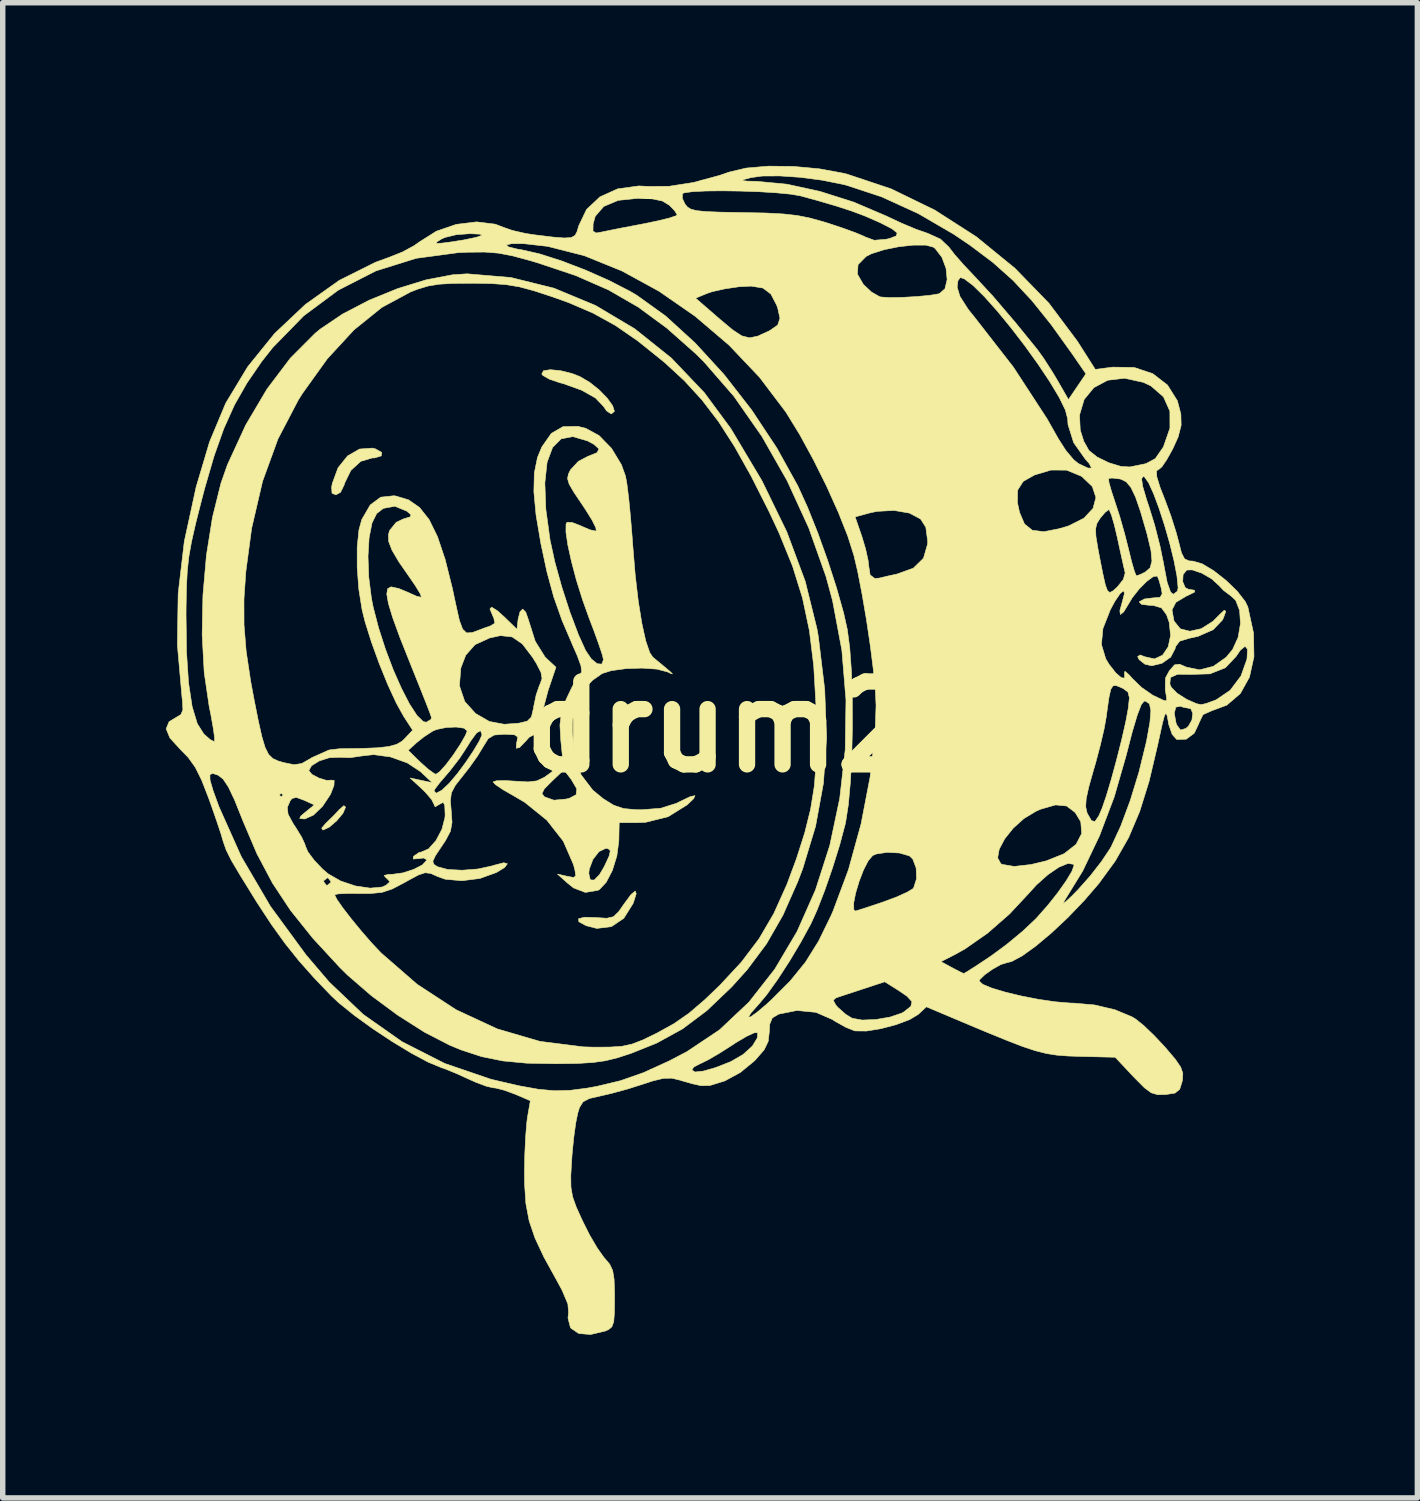
<source format=kicad_pcb>
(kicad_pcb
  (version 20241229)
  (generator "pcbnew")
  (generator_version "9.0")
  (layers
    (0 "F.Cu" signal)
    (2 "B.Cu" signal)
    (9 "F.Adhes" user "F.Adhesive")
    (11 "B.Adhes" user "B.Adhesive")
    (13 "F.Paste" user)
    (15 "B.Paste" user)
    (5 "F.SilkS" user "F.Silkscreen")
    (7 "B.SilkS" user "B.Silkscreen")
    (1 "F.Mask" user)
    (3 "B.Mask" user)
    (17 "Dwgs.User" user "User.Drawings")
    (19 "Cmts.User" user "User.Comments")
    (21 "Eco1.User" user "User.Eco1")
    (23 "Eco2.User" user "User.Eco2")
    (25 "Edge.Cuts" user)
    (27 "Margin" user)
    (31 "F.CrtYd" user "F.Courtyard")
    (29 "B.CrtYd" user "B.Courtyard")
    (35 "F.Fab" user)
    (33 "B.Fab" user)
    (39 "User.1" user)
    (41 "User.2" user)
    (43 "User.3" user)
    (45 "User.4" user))
  (footprint "drum2"
    (layer "F.Cu")
    (at 10.215 10.316)
    (property "Reference" "drum2" (at 0 0 0) (layer "F.SilkS") (effects (font (size 1.524 1.524) (thickness 0.3))))
    (attr through_hole)
    (fp_poly (pts (xy -6.91 1.476) (xy -6.958 1.588) (xy -7.074 1.727) (xy -7.212 1.845) (xy -7.325 1.897) (xy -7.327 1.897) (xy -7.35 1.862) (xy -7.279 1.778) (xy -7.124 1.627) (xy -7.029 1.524) (xy -6.941 1.448) (xy -6.91 1.476)) (stroke (width 0.01) (type solid)) (fill yes) (layer "F.SilkS"))
    (fp_poly (pts (xy -1.566 3.066) (xy -1.615 3.225) (xy -1.626 3.251) (xy -1.794 3.519) (xy -2.022 3.673) (xy -2.292 3.706) (xy -2.489 3.655) (xy -2.621 3.583) (xy -2.627 3.528) (xy -2.517 3.5) (xy -2.309 3.506) (xy -2.108 3.519) (xy -1.985 3.491) (xy -1.887 3.396) (xy -1.791 3.258) (xy -1.662 3.083) (xy -1.584 3.019) (xy -1.566 3.066)) (stroke (width 0.01) (type solid)) (fill yes) (layer "F.SilkS"))
    (fp_poly (pts (xy -6.361 -5.112) (xy -6.246 -5.047) (xy -6.254 -4.983) (xy -6.377 -4.946) (xy -6.423 -4.945) (xy -6.633 -4.882) (xy -6.813 -4.716) (xy -6.929 -4.479) (xy -6.935 -4.453) (xy -7.003 -4.313) (xy -7.088 -4.267) (xy -7.16 -4.296) (xy -7.167 -4.406) (xy -7.155 -4.476) (xy -7.049 -4.764) (xy -6.874 -4.982) (xy -6.654 -5.109) (xy -6.416 -5.126) (xy -6.361 -5.112)) (stroke (width 0.01) (type solid)) (fill yes) (layer "F.SilkS"))
    (fp_poly (pts (xy -2.958 -6.55) (xy -2.744 -6.497) (xy -2.605 -6.443) (xy -2.422 -6.336) (xy -2.247 -6.196) (xy -2.1 -6.045) (xy -2 -5.906) (xy -1.967 -5.803) (xy -2.019 -5.758) (xy -2.03 -5.757) (xy -2.11 -5.81) (xy -2.167 -5.892) (xy -2.313 -6.046) (xy -2.568 -6.19) (xy -2.907 -6.312) (xy -2.976 -6.33) (xy -3.162 -6.393) (xy -3.282 -6.462) (xy -3.303 -6.489) (xy -3.271 -6.549) (xy -3.145 -6.568) (xy -2.958 -6.55)) (stroke (width 0.01) (type solid)) (fill yes) (layer "F.SilkS"))
    (fp_poly (pts (xy -2.496 -5.491) (xy -2.248 -5.356) (xy -2.02 -5.121) (xy -1.84 -4.824) (xy -1.763 -4.612) (xy -1.736 -4.46) (xy -1.704 -4.202) (xy -1.672 -3.871) (xy -1.641 -3.497) (xy -1.628 -3.319) (xy -1.584 -2.788) (xy -1.528 -2.31) (xy -1.462 -1.901) (xy -1.391 -1.581) (xy -1.317 -1.365) (xy -1.261 -1.282) (xy -1.055 -1.112) (xy -0.939 -1.014) (xy -0.9 -0.974) (xy -0.924 -0.979) (xy -0.995 -1.012) (xy -1.187 -1.062) (xy -1.458 -1.081) (xy -1.755 -1.071) (xy -2.025 -1.034) (xy -2.191 -0.982) (xy -2.367 -0.859) (xy -2.538 -0.679) (xy -2.574 -0.631) (xy -2.667 -0.47) (xy -2.718 -0.303) (xy -2.738 -0.082) (xy -2.739 0.102) (xy -2.699 0.538) (xy -2.579 0.882) (xy -2.366 1.162) (xy -2.173 1.321) (xy -1.979 1.441) (xy -1.798 1.502) (xy -1.567 1.523) (xy -1.467 1.524) (xy -1.115 1.496) (xy -0.826 1.405) (xy -0.762 1.373) (xy -0.569 1.281) (xy -0.485 1.264) (xy -0.512 1.322) (xy -0.627 1.432) (xy -0.978 1.651) (xy -1.391 1.754) (xy -1.547 1.761) (xy -1.879 1.761) (xy -1.886 2.1) (xy -1.922 2.372) (xy -2.004 2.638) (xy -2.118 2.858) (xy -2.244 2.992) (xy -2.272 3.006) (xy -2.502 3.044) (xy -2.717 2.962) (xy -2.824 2.877) (xy -3.014 2.707) (xy -2.832 2.748) (xy -2.716 2.769) (xy -2.677 2.736) (xy -2.683 2.696) (xy -2.438 2.696) (xy -2.411 2.813) (xy -2.339 2.817) (xy -2.239 2.714) (xy -2.154 2.569) (xy -2.065 2.378) (xy -2.042 2.277) (xy -2.083 2.239) (xy -2.13 2.235) (xy -2.251 2.294) (xy -2.362 2.437) (xy -2.43 2.617) (xy -2.438 2.696) (xy -2.683 2.696) (xy -2.696 2.62) (xy -2.721 2.529) (xy -2.907 2.102) (xy -3.21 1.715) (xy -3.616 1.387) (xy -3.81 1.273) (xy -3.892 1.226) (xy -3.299 1.226) (xy -3.258 1.282) (xy -3.251 1.287) (xy -3.08 1.348) (xy -2.854 1.327) (xy -2.794 1.312) (xy -2.671 1.247) (xy -2.659 1.139) (xy -2.759 0.969) (xy -2.77 0.954) (xy -2.896 0.791) (xy -3.124 1.006) (xy -3.258 1.143) (xy -3.299 1.226) (xy -3.892 1.226) (xy -4.009 1.159) (xy -4.15 1.065) (xy -4.199 1.013) (xy -4.138 0.991) (xy -3.979 0.987) (xy -3.795 0.998) (xy -3.555 1.012) (xy -3.394 0.993) (xy -3.257 0.928) (xy -3.15 0.851) (xy -2.91 0.668) (xy -2.953 0.247) (xy -2.969 -0.033) (xy -2.942 -0.253) (xy -2.862 -0.485) (xy -2.845 -0.526) (xy -2.746 -0.733) (xy -2.653 -0.893) (xy -2.606 -0.95) (xy -2.57 -1.013) (xy -2.582 -1.122) (xy -2.649 -1.306) (xy -2.724 -1.477) (xy -2.928 -1.953) (xy -3.083 -2.391) (xy -3.208 -2.85) (xy -3.318 -3.364) (xy -3.408 -3.896) (xy -3.448 -4.323) (xy -3.444 -4.486) (xy -3.246 -4.486) (xy -3.228 -4.002) (xy -3.151 -3.438) (xy -3.063 -3.034) (xy -2.936 -2.576) (xy -2.786 -2.113) (xy -2.628 -1.694) (xy -2.497 -1.405) (xy -2.392 -1.25) (xy -2.284 -1.162) (xy -2.199 -1.154) (xy -2.168 -1.236) (xy -2.191 -1.331) (xy -2.255 -1.522) (xy -2.348 -1.779) (xy -2.435 -2.007) (xy -2.557 -2.349) (xy -2.667 -2.702) (xy -2.757 -3.042) (xy -2.823 -3.342) (xy -2.858 -3.579) (xy -2.857 -3.728) (xy -2.839 -3.763) (xy -2.745 -3.759) (xy -2.593 -3.701) (xy -2.571 -3.69) (xy -2.414 -3.623) (xy -2.308 -3.601) (xy -2.301 -3.603) (xy -2.309 -3.663) (xy -2.381 -3.807) (xy -2.505 -4.006) (xy -2.558 -4.085) (xy -2.712 -4.314) (xy -2.799 -4.463) (xy -2.829 -4.566) (xy -2.812 -4.652) (xy -2.774 -4.728) (xy -2.63 -4.883) (xy -2.454 -4.975) (xy -2.287 -5.042) (xy -2.251 -5.112) (xy -2.345 -5.196) (xy -2.465 -5.26) (xy -2.733 -5.338) (xy -2.947 -5.296) (xy -3.104 -5.138) (xy -3.205 -4.866) (xy -3.246 -4.486) (xy -3.444 -4.486) (xy -3.44 -4.668) (xy -3.382 -4.953) (xy -3.302 -5.147) (xy -3.127 -5.397) (xy -2.912 -5.521) (xy -2.641 -5.526) (xy -2.496 -5.491)) (stroke (width 0.01) (type solid)) (fill yes) (layer "F.SilkS"))
    (fp_poly (pts (xy 1.325 -10.306) (xy 1.801 -10.262) (xy 2.253 -10.179) (xy 2.308 -10.165) (xy 3.122 -9.893) (xy 3.924 -9.503) (xy 4.69 -9.011) (xy 5.397 -8.434) (xy 6.024 -7.789) (xy 6.545 -7.093) (xy 6.57 -7.054) (xy 6.875 -6.574) (xy 7.198 -6.615) (xy 7.591 -6.609) (xy 7.932 -6.495) (xy 8.203 -6.286) (xy 8.385 -5.996) (xy 8.449 -5.751) (xy 8.454 -5.544) (xy 8.399 -5.331) (xy 8.299 -5.11) (xy 8.191 -4.916) (xy 8.1 -4.782) (xy 8.052 -4.741) (xy 8.002 -4.709) (xy 8.006 -4.6) (xy 8.068 -4.4) (xy 8.16 -4.166) (xy 8.266 -3.879) (xy 8.362 -3.576) (xy 8.408 -3.404) (xy 8.461 -3.197) (xy 8.517 -3.09) (xy 8.6 -3.052) (xy 8.673 -3.048) (xy 8.84 -2.999) (xy 9.054 -2.871) (xy 9.28 -2.693) (xy 9.485 -2.495) (xy 9.633 -2.304) (xy 9.681 -2.204) (xy 9.785 -1.725) (xy 9.793 -1.29) (xy 9.71 -0.914) (xy 9.542 -0.612) (xy 9.293 -0.399) (xy 9.015 -0.296) (xy 8.856 -0.225) (xy 8.782 -0.072) (xy 8.781 -0.064) (xy 8.695 0.117) (xy 8.548 0.226) (xy 8.38 0.233) (xy 8.37 0.229) (xy 8.289 0.138) (xy 8.227 -0.04) (xy 8.218 -0.092) (xy 8.196 -0.208) (xy 8.176 -0.251) (xy 8.328 -0.251) (xy 8.359 -0.078) (xy 8.372 -0.039) (xy 8.442 0.058) (xy 8.541 0.029) (xy 8.589 -0.014) (xy 8.652 -0.126) (xy 8.667 -0.251) (xy 8.632 -0.332) (xy 8.608 -0.339) (xy 8.494 -0.361) (xy 8.438 -0.38) (xy 8.356 -0.362) (xy 8.328 -0.251) (xy 8.176 -0.251) (xy 8.176 -0.252) (xy 8.149 -0.211) (xy 8.111 -0.07) (xy 8.055 0.183) (xy 8.021 0.339) (xy 7.865 1) (xy 7.692 1.555) (xy 7.489 2.034) (xy 7.243 2.466) (xy 6.94 2.881) (xy 6.674 3.19) (xy 6.373 3.504) (xy 6.069 3.789) (xy 5.782 4.03) (xy 5.531 4.211) (xy 5.336 4.315) (xy 5.252 4.335) (xy 5.139 4.37) (xy 4.987 4.455) (xy 4.842 4.558) (xy 4.751 4.647) (xy 4.741 4.673) (xy 4.804 4.733) (xy 4.972 4.803) (xy 5.218 4.877) (xy 5.514 4.948) (xy 5.83 5.01) (xy 6.138 5.055) (xy 6.411 5.078) (xy 6.485 5.08) (xy 6.862 5.113) (xy 7.236 5.201) (xy 7.549 5.331) (xy 7.62 5.374) (xy 7.766 5.492) (xy 7.958 5.676) (xy 8.157 5.888) (xy 8.17 5.903) (xy 8.347 6.112) (xy 8.446 6.256) (xy 8.485 6.371) (xy 8.478 6.49) (xy 8.473 6.519) (xy 8.427 6.665) (xy 8.341 6.734) (xy 8.167 6.761) (xy 8.021 6.763) (xy 7.903 6.728) (xy 7.777 6.634) (xy 7.605 6.461) (xy 7.574 6.429) (xy 7.242 6.075) (xy 6.606 6.06) (xy 6.369 6.052) (xy 6.166 6.036) (xy 5.974 6.006) (xy 5.77 5.954) (xy 5.53 5.874) (xy 5.231 5.758) (xy 4.849 5.602) (xy 4.475 5.445) (xy 3.769 5.147) (xy 3.62 5.287) (xy 3.459 5.384) (xy 3.212 5.476) (xy 2.931 5.55) (xy 2.665 5.593) (xy 2.464 5.591) (xy 2.447 5.588) (xy 2.288 5.524) (xy 2.093 5.415) (xy 2.041 5.381) (xy 1.738 5.249) (xy 1.389 5.215) (xy 1.054 5.282) (xy 0.937 5.351) (xy 0.888 5.469) (xy 0.881 5.607) (xy 0.861 5.783) (xy 0.787 5.937) (xy 0.632 6.117) (xy 0.603 6.146) (xy 0.348 6.355) (xy 0.063 6.51) (xy -0.21 6.594) (xy -0.373 6.598) (xy -0.527 6.564) (xy -0.728 6.507) (xy -0.755 6.498) (xy -0.91 6.46) (xy -1.062 6.462) (xy -1.257 6.509) (xy -1.432 6.566) (xy -1.725 6.659) (xy -2.03 6.742) (xy -2.217 6.785) (xy -2.427 6.833) (xy -2.543 6.894) (xy -2.608 6.996) (xy -2.641 7.102) (xy -2.678 7.284) (xy -2.715 7.553) (xy -2.745 7.859) (xy -2.752 7.959) (xy -2.769 8.255) (xy -2.766 8.466) (xy -2.736 8.641) (xy -2.669 8.829) (xy -2.557 9.076) (xy -2.423 9.343) (xy -2.281 9.585) (xy -2.16 9.755) (xy -2.143 9.774) (xy -2.052 9.883) (xy -1.999 9.997) (xy -1.973 10.156) (xy -1.965 10.397) (xy -1.964 10.504) (xy -1.967 10.774) (xy -1.98 10.94) (xy -2.014 11.032) (xy -2.076 11.084) (xy -2.138 11.11) (xy -2.404 11.173) (xy -2.623 11.155) (xy -2.766 11.058) (xy -2.778 11.038) (xy -2.821 10.87) (xy -2.81 10.766) (xy -2.823 10.612) (xy -2.928 10.362) (xy -3.029 10.175) (xy -3.263 9.751) (xy -3.428 9.399) (xy -3.535 9.083) (xy -3.595 8.766) (xy -3.619 8.41) (xy -3.621 8.196) (xy -3.615 7.86) (xy -3.6 7.541) (xy -3.579 7.283) (xy -3.566 7.18) (xy -3.513 6.875) (xy -3.789 6.756) (xy -3.987 6.683) (xy -4.151 6.641) (xy -4.187 6.638) (xy -4.315 6.61) (xy -4.511 6.537) (xy -4.644 6.478) (xy -4.868 6.376) (xy -5.068 6.294) (xy -5.148 6.266) (xy -5.388 6.167) (xy -5.7 6) (xy -6.052 5.787) (xy -6.413 5.548) (xy -6.752 5.303) (xy -7.036 5.073) (xy -7.173 4.945) (xy -7.491 4.613) (xy -7.768 4.301) (xy -8.023 3.982) (xy -8.275 3.632) (xy -8.542 3.225) (xy -8.844 2.736) (xy -9.014 2.45) (xy -9.108 2.259) (xy -9.163 2.1) (xy -9.203 1.963) (xy -9.278 1.738) (xy -9.374 1.461) (xy -9.429 1.308) (xy -9.557 0.979) (xy -9.674 0.744) (xy -9.804 0.562) (xy -9.947 0.416) (xy -10.141 0.203) (xy -10.21 0.035) (xy -10.156 -0.095) (xy -10.035 -0.169) (xy -9.939 -0.226) (xy -9.902 -0.314) (xy -9.91 -0.477) (xy -9.918 -0.542) (xy -10.003 -1.503) (xy -9.995 -2.066) (xy -9.844 -2.066) (xy -9.835 -1.374) (xy -9.798 -0.811) (xy -9.732 -0.374) (xy -9.637 -0.059) (xy -9.516 0.132) (xy -9.399 0.234) (xy -9.326 0.27) (xy -9.321 0.267) (xy -9.32 0.192) (xy -9.345 0.016) (xy -9.389 -0.231) (xy -9.418 -0.373) (xy -9.51 -0.998) (xy -9.548 -1.694) (xy -9.535 -2.351) (xy -8.779 -2.351) (xy -8.778 -1.875) (xy -8.738 -1.387) (xy -8.656 -0.841) (xy -8.594 -0.508) (xy -8.514 -0.107) (xy -8.449 0.182) (xy -8.39 0.379) (xy -8.326 0.506) (xy -8.248 0.582) (xy -8.147 0.628) (xy -8.052 0.656) (xy -7.859 0.695) (xy -7.717 0.674) (xy -7.552 0.58) (xy -7.531 0.566) (xy -7.229 0.431) (xy -5.759 0.431) (xy -5.538 0.647) (xy -5.391 0.779) (xy -5.277 0.86) (xy -5.249 0.871) (xy -5.179 0.823) (xy -5.061 0.691) (xy -4.928 0.513) (xy -4.797 0.315) (xy -4.706 0.155) (xy -4.674 0.074) (xy -4.732 0.024) (xy -4.876 0.003) (xy -5.06 0.011) (xy -5.236 0.048) (xy -5.305 0.076) (xy -5.467 0.181) (xy -5.606 0.292) (xy -5.759 0.431) (xy -7.229 0.431) (xy -7.215 0.425) (xy -7.014 0.401) (xy -6.609 0.396) (xy -6.315 0.384) (xy -6.111 0.36) (xy -5.971 0.321) (xy -5.873 0.264) (xy -5.822 0.215) (xy -5.677 0.06) (xy -5.84 -0.19) (xy -5.978 -0.438) (xy -6.134 -0.776) (xy -6.292 -1.165) (xy -6.436 -1.563) (xy -6.552 -1.932) (xy -6.607 -2.153) (xy -6.667 -2.532) (xy -6.697 -2.929) (xy -6.697 -3.134) (xy -6.498 -3.134) (xy -6.484 -2.752) (xy -6.435 -2.363) (xy -6.404 -2.207) (xy -6.304 -1.821) (xy -6.178 -1.43) (xy -6.035 -1.052) (xy -5.884 -0.71) (xy -5.736 -0.423) (xy -5.599 -0.212) (xy -5.483 -0.098) (xy -5.427 -0.085) (xy -5.339 -0.138) (xy -5.331 -0.173) (xy -5.36 -0.256) (xy -5.431 -0.44) (xy -5.535 -0.702) (xy -5.557 -0.757) (xy -4.817 -0.757) (xy -4.719 -0.466) (xy -4.52 -0.246) (xy -4.266 -0.099) (xy -3.993 -0.048) (xy -3.725 -0.068) (xy -3.57 -0.105) (xy -3.493 -0.182) (xy -3.455 -0.344) (xy -3.451 -0.374) (xy -3.406 -0.588) (xy -3.344 -0.768) (xy -3.333 -0.79) (xy -3.298 -0.889) (xy -3.317 -1.001) (xy -3.4 -1.163) (xy -3.472 -1.279) (xy -3.66 -1.525) (xy -3.847 -1.654) (xy -4.063 -1.678) (xy -4.262 -1.635) (xy -4.53 -1.512) (xy -4.701 -1.318) (xy -4.791 -1.084) (xy -4.817 -0.757) (xy -5.557 -0.757) (xy -5.662 -1.018) (xy -5.726 -1.178) (xy -5.913 -1.648) (xy -6.044 -2.008) (xy -6.123 -2.269) (xy -6.153 -2.442) (xy -6.137 -2.54) (xy -6.077 -2.574) (xy -6.068 -2.574) (xy -5.931 -2.544) (xy -5.755 -2.471) (xy -5.748 -2.467) (xy -5.603 -2.402) (xy -5.52 -2.384) (xy -5.516 -2.386) (xy -5.539 -2.45) (xy -5.623 -2.589) (xy -5.731 -2.747) (xy -5.933 -3.038) (xy -6.058 -3.251) (xy -6.118 -3.408) (xy -6.122 -3.536) (xy -6.101 -3.611) (xy -5.98 -3.761) (xy -5.847 -3.824) (xy -5.719 -3.863) (xy -5.71 -3.904) (xy -5.787 -3.968) (xy -6.004 -4.057) (xy -6.216 -4.018) (xy -6.339 -3.922) (xy -6.424 -3.75) (xy -6.478 -3.477) (xy -6.498 -3.134) (xy -6.697 -3.134) (xy -6.697 -3.304) (xy -6.665 -3.62) (xy -6.613 -3.812) (xy -6.457 -4.081) (xy -6.264 -4.224) (xy -6.023 -4.25) (xy -5.986 -4.245) (xy -5.751 -4.174) (xy -5.55 -4.034) (xy -5.375 -3.813) (xy -5.221 -3.499) (xy -5.08 -3.081) (xy -4.946 -2.545) (xy -4.88 -2.235) (xy -4.818 -1.959) (xy -4.758 -1.797) (xy -4.686 -1.728) (xy -4.587 -1.733) (xy -4.532 -1.752) (xy -4.356 -1.819) (xy -4.247 -1.856) (xy -4.166 -1.906) (xy -4.185 -2.003) (xy -4.202 -2.037) (xy -4.256 -2.169) (xy -4.225 -2.202) (xy -4.118 -2.135) (xy -3.988 -2.018) (xy -3.759 -1.795) (xy -3.738 -1.981) (xy -3.703 -2.116) (xy -3.654 -2.167) (xy -3.597 -2.109) (xy -3.552 -1.981) (xy -3.423 -1.574) (xy -3.243 -1.286) (xy -3.199 -1.243) (xy -3.042 -1.097) (xy -3.187 -0.668) (xy -3.281 -0.314) (xy -3.296 -0.033) (xy -3.289 0.026) (xy -3.267 0.19) (xy -3.282 0.245) (xy -3.341 0.213) (xy -3.358 0.199) (xy -3.451 0.147) (xy -3.535 0.191) (xy -3.592 0.256) (xy -3.71 0.379) (xy -3.772 0.393) (xy -3.767 0.297) (xy -3.759 0.271) (xy -3.747 0.184) (xy -3.806 0.145) (xy -3.966 0.136) (xy -3.99 0.135) (xy -4.177 0.15) (xy -4.288 0.216) (xy -4.375 0.356) (xy -4.482 0.533) (xy -4.637 0.751) (xy -4.747 0.89) (xy -4.892 1.075) (xy -4.965 1.212) (xy -4.983 1.357) (xy -4.968 1.543) (xy -4.953 1.757) (xy -4.982 1.918) (xy -5.073 2.09) (xy -5.14 2.191) (xy -5.259 2.369) (xy -5.306 2.47) (xy -5.288 2.527) (xy -5.221 2.571) (xy -5.033 2.622) (xy -4.767 2.636) (xy -4.476 2.613) (xy -4.211 2.555) (xy -4.183 2.545) (xy -4.001 2.498) (xy -3.935 2.517) (xy -3.988 2.587) (xy -4.135 2.677) (xy -4.44 2.787) (xy -4.772 2.829) (xy -5.076 2.802) (xy -5.219 2.751) (xy -5.345 2.695) (xy -5.446 2.682) (xy -5.567 2.721) (xy -5.75 2.819) (xy -5.819 2.858) (xy -6.051 2.98) (xy -6.244 3.044) (xy -6.463 3.065) (xy -6.655 3.064) (xy -6.884 3.063) (xy -7.048 3.071) (xy -7.112 3.087) (xy -7.112 3.087) (xy -7.07 3.172) (xy -6.96 3.33) (xy -6.802 3.534) (xy -6.619 3.757) (xy -6.432 3.972) (xy -6.264 4.15) (xy -6.262 4.153) (xy -5.595 4.733) (xy -4.877 5.202) (xy -4.119 5.554) (xy -3.336 5.783) (xy -2.539 5.884) (xy -2.362 5.889) (xy -2.051 5.888) (xy -1.827 5.873) (xy -1.643 5.833) (xy -1.45 5.759) (xy -1.2 5.638) (xy -1.173 5.624) (xy -0.873 5.458) (xy -0.595 5.265) (xy -0.303 5.015) (xy -0.029 4.752) (xy 0.368 4.325) (xy 0.692 3.897) (xy 0.964 3.432) (xy 1.206 2.894) (xy 1.383 2.416) (xy 1.533 1.946) (xy 1.64 1.516) (xy 1.709 1.088) (xy 1.744 0.628) (xy 1.751 0.097) (xy 1.741 -0.373) (xy 1.698 -1.119) (xy 1.618 -1.772) (xy 1.491 -2.371) (xy 1.309 -2.955) (xy 1.061 -3.564) (xy 0.879 -3.954) (xy 0.548 -4.609) (xy 0.242 -5.155) (xy -0.054 -5.616) (xy -0.357 -6.012) (xy -0.68 -6.365) (xy -1.04 -6.697) (xy -1.084 -6.733) (xy -1.539 -7.099) (xy -1.95 -7.382) (xy -2.359 -7.608) (xy -2.805 -7.8) (xy -3.098 -7.905) (xy -3.442 -8.018) (xy -3.712 -8.091) (xy -3.958 -8.132) (xy -4.233 -8.152) (xy -4.572 -8.158) (xy -4.928 -8.155) (xy -5.189 -8.14) (xy -5.396 -8.106) (xy -5.589 -8.047) (xy -5.717 -7.997) (xy -6.244 -7.713) (xy -6.756 -7.3) (xy -7.247 -6.768) (xy -7.709 -6.124) (xy -7.781 -6.008) (xy -8.153 -5.296) (xy -8.437 -4.516) (xy -8.638 -3.651) (xy -8.744 -2.858) (xy -8.779 -2.351) (xy -9.535 -2.351) (xy -9.533 -2.426) (xy -9.469 -3.157) (xy -9.358 -3.853) (xy -9.203 -4.477) (xy -9.084 -4.818) (xy -8.747 -5.55) (xy -8.356 -6.211) (xy -7.926 -6.78) (xy -7.469 -7.238) (xy -7.378 -7.313) (xy -6.966 -7.591) (xy -6.479 -7.845) (xy -5.954 -8.059) (xy -5.431 -8.22) (xy -4.946 -8.313) (xy -4.675 -8.331) (xy -3.87 -8.263) (xy -3.079 -8.067) (xy -2.316 -7.75) (xy -1.593 -7.32) (xy -0.921 -6.783) (xy -0.314 -6.146) (xy 0.173 -5.486) (xy 0.746 -4.525) (xy 1.203 -3.586) (xy 1.541 -2.678) (xy 1.757 -1.808) (xy 1.783 -1.659) (xy 1.9 -0.687) (xy 1.933 0.203) (xy 1.877 1.033) (xy 1.732 1.826) (xy 1.496 2.606) (xy 1.405 2.845) (xy 1.132 3.462) (xy 0.831 3.987) (xy 0.476 4.463) (xy 0.188 4.783) (xy -0.268 5.218) (xy -0.714 5.553) (xy -1.189 5.814) (xy -1.663 6.004) (xy -1.915 6.086) (xy -2.136 6.14) (xy -2.368 6.172) (xy -2.651 6.189) (xy -3.027 6.194) (xy -3.048 6.194) (xy -3.581 6.184) (xy -4.022 6.142) (xy -4.41 6.063) (xy -4.786 5.94) (xy -4.998 5.852) (xy -5.456 5.616) (xy -5.95 5.302) (xy -6.437 4.942) (xy -6.873 4.565) (xy -7.018 4.422) (xy -7.517 3.881) (xy -7.922 3.375) (xy -8.256 2.87) (xy -8.269 2.845) (xy -7.315 2.845) (xy -7.264 2.911) (xy -7.247 2.913) (xy -7.182 2.861) (xy -7.18 2.845) (xy -7.231 2.779) (xy -7.247 2.777) (xy -7.313 2.829) (xy -7.315 2.845) (xy -8.269 2.845) (xy -8.541 2.332) (xy -8.799 1.726) (xy -8.815 1.685) (xy -8.897 1.48) (xy -7.982 1.48) (xy -7.968 1.605) (xy -7.877 1.775) (xy -7.823 1.856) (xy -7.719 2.026) (xy -7.658 2.158) (xy -7.651 2.187) (xy -7.603 2.298) (xy -7.486 2.455) (xy -7.332 2.616) (xy -7.231 2.702) (xy -6.999 2.835) (xy -6.726 2.926) (xy -6.457 2.965) (xy -6.237 2.944) (xy -6.164 2.911) (xy -6.096 2.848) (xy -6.15 2.787) (xy -6.164 2.778) (xy -6.203 2.733) (xy -6.129 2.713) (xy -6.042 2.71) (xy -5.853 2.684) (xy -5.657 2.62) (xy -5.498 2.538) (xy -5.421 2.455) (xy -5.419 2.443) (xy -5.473 2.411) (xy -5.565 2.422) (xy -5.666 2.43) (xy -5.662 2.381) (xy -5.557 2.308) (xy -5.522 2.303) (xy -5.384 2.243) (xy -5.248 2.09) (xy -5.139 1.884) (xy -5.083 1.666) (xy -5.08 1.612) (xy -5.087 1.444) (xy -5.115 1.387) (xy -5.177 1.419) (xy -5.182 1.422) (xy -5.264 1.47) (xy -5.283 1.427) (xy -5.329 1.335) (xy -5.445 1.2) (xy -5.469 1.177) (xy -5.283 1.177) (xy -5.245 1.22) (xy -5.141 1.165) (xy -5.001 1.033) (xy -4.856 0.861) (xy -4.701 0.652) (xy -4.559 0.44) (xy -4.452 0.261) (xy -4.403 0.149) (xy -4.403 0.14) (xy -4.429 0.069) (xy -4.503 0.113) (xy -4.615 0.266) (xy -4.662 0.345) (xy -4.81 0.572) (xy -4.992 0.808) (xy -5.051 0.877) (xy -5.184 1.032) (xy -5.268 1.144) (xy -5.283 1.177) (xy -5.469 1.177) (xy -5.503 1.144) (xy -5.723 0.94) (xy -5.317 1.026) (xy -5.53 0.825) (xy -5.775 0.663) (xy -6.082 0.553) (xy -6.394 0.51) (xy -6.614 0.535) (xy -6.827 0.566) (xy -7.028 0.559) (xy -7.209 0.567) (xy -7.394 0.626) (xy -7.536 0.714) (xy -7.586 0.803) (xy -7.53 0.873) (xy -7.401 0.941) (xy -7.261 0.984) (xy -7.175 0.979) (xy -7.12 0.983) (xy -7.124 1.077) (xy -7.184 1.232) (xy -7.188 1.241) (xy -7.334 1.461) (xy -7.501 1.622) (xy -7.657 1.692) (xy -7.673 1.693) (xy -7.754 1.685) (xy -7.736 1.642) (xy -7.645 1.564) (xy -7.485 1.435) (xy -7.676 1.348) (xy -7.819 1.296) (xy -7.898 1.319) (xy -7.929 1.359) (xy -7.982 1.48) (xy -8.897 1.48) (xy -8.953 1.34) (xy -8.995 1.253) (xy -8.128 1.253) (xy -8.094 1.287) (xy -8.06 1.253) (xy -8.094 1.219) (xy -8.128 1.253) (xy -8.995 1.253) (xy -9.065 1.106) (xy -9.161 0.962) (xy -9.251 0.89) (xy -9.253 0.889) (xy -9.355 0.855) (xy -9.405 0.879) (xy -9.403 0.977) (xy -9.348 1.167) (xy -9.24 1.465) (xy -9.24 1.465) (xy -8.828 2.386) (xy -8.292 3.3) (xy -7.639 4.191) (xy -7.212 4.692) (xy -6.586 5.287) (xy -5.871 5.79) (xy -5.085 6.19) (xy -4.247 6.476) (xy -4.156 6.499) (xy -3.714 6.601) (xy -3.363 6.664) (xy -3.064 6.691) (xy -2.779 6.683) (xy -2.47 6.643) (xy -2.285 6.609) (xy -1.855 6.506) (xy -1.427 6.356) (xy -1.325 6.309) (xy -0.542 6.309) (xy -0.485 6.346) (xy -0.331 6.329) (xy -0.104 6.264) (xy 0.171 6.156) (xy 0.177 6.153) (xy 0.398 6.025) (xy 0.569 5.87) (xy 0.662 5.717) (xy 0.667 5.624) (xy 0.604 5.625) (xy 0.46 5.692) (xy 0.261 5.81) (xy 0.203 5.849) (xy -0.029 5.997) (xy -0.235 6.118) (xy -0.377 6.188) (xy -0.389 6.192) (xy -0.508 6.255) (xy -0.542 6.309) (xy -1.325 6.309) (xy -0.961 6.143) (xy -0.634 5.972) (xy -0.034 5.571) (xy 0.507 5.061) (xy 0.983 4.453) (xy 1.392 3.762) (xy 1.73 2.999) (xy 1.993 2.18) (xy 2.176 1.315) (xy 2.277 0.42) (xy 2.291 -0.494) (xy 2.215 -1.412) (xy 2.044 -2.322) (xy 1.923 -2.767) (xy 1.606 -3.66) (xy 1.209 -4.526) (xy 0.745 -5.341) (xy 0.231 -6.078) (xy -0.321 -6.713) (xy -0.464 -6.855) (xy -1.002 -7.332) (xy -1.527 -7.718) (xy -2.074 -8.034) (xy -2.679 -8.299) (xy -3.378 -8.533) (xy -3.516 -8.574) (xy -3.839 -8.661) (xy -4.099 -8.711) (xy -4.354 -8.731) (xy -4.661 -8.728) (xy -4.833 -8.721) (xy -5.613 -8.616) (xy -6.354 -8.384) (xy -7.046 -8.03) (xy -7.681 -7.558) (xy -8.251 -6.974) (xy -8.455 -6.715) (xy -8.725 -6.321) (xy -8.953 -5.921) (xy -9.15 -5.483) (xy -9.329 -4.979) (xy -9.503 -4.38) (xy -9.564 -4.147) (xy -9.669 -3.732) (xy -9.743 -3.407) (xy -9.792 -3.132) (xy -9.821 -2.868) (xy -9.836 -2.573) (xy -9.843 -2.209) (xy -9.844 -2.066) (xy -9.995 -2.066) (xy -9.989 -2.451) (xy -9.876 -3.411) (xy -9.659 -4.409) (xy -9.411 -5.243) (xy -9.114 -5.953) (xy -8.71 -6.622) (xy -8.216 -7.233) (xy -7.649 -7.768) (xy -7.026 -8.211) (xy -6.364 -8.542) (xy -6.111 -8.634) (xy -5.866 -8.732) (xy -5.644 -8.852) (xy -5.629 -8.863) (xy -3.952 -8.863) (xy -3.917 -8.827) (xy -3.75 -8.785) (xy -3.678 -8.774) (xy -3.346 -8.699) (xy -2.939 -8.569) (xy -2.499 -8.4) (xy -2.065 -8.208) (xy -1.679 -8.009) (xy -1.558 -7.938) (xy -1.025 -7.555) (xy -0.483 -7.06) (xy 0.051 -6.477) (xy 0.558 -5.825) (xy 1.02 -5.127) (xy 1.405 -4.432) (xy 1.584 -4.039) (xy 1.773 -3.566) (xy 1.956 -3.056) (xy 2.119 -2.551) (xy 2.248 -2.093) (xy 2.315 -1.793) (xy 2.36 -1.456) (xy 2.391 -1.025) (xy 2.407 -0.531) (xy 2.409 -0.007) (xy 2.398 0.516) (xy 2.373 1.005) (xy 2.335 1.428) (xy 2.285 1.753) (xy 2.276 1.793) (xy 2.175 2.172) (xy 2.045 2.589) (xy 1.903 3) (xy 1.762 3.363) (xy 1.649 3.614) (xy 1.463 3.955) (xy 1.252 4.309) (xy 1.036 4.642) (xy 0.837 4.92) (xy 0.69 5.097) (xy 0.546 5.258) (xy 0.498 5.335) (xy 0.536 5.333) (xy 0.65 5.253) (xy 0.831 5.1) (xy 0.907 5.03) (xy 0.911 5.027) (xy 2.057 5.027) (xy 2.104 5.114) (xy 2.141 5.157) (xy 2.288 5.287) (xy 2.405 5.358) (xy 2.588 5.391) (xy 2.84 5.381) (xy 3.102 5.336) (xy 3.315 5.264) (xy 3.36 5.238) (xy 3.484 5.139) (xy 3.504 5.052) (xy 3.412 4.952) (xy 3.263 4.85) (xy 3.004 4.687) (xy 2.603 4.819) (xy 2.375 4.894) (xy 2.192 4.954) (xy 2.107 4.983) (xy 2.057 5.027) (xy 0.911 5.027) (xy 1.264 4.674) (xy 1.547 4.325) (xy 1.552 4.317) (xy 4.038 4.317) (xy 4.237 4.425) (xy 4.378 4.499) (xy 4.454 4.535) (xy 4.457 4.535) (xy 4.518 4.501) (xy 4.664 4.408) (xy 4.868 4.273) (xy 4.965 4.208) (xy 5.248 3.999) (xy 5.54 3.757) (xy 5.78 3.531) (xy 5.798 3.512) (xy 5.999 3.284) (xy 6.03 3.246) (xy 6.282 3.246) (xy 6.329 3.217) (xy 6.451 3.103) (xy 6.563 2.988) (xy 6.783 2.74) (xy 6.99 2.474) (xy 7.145 2.242) (xy 7.167 2.204) (xy 7.342 1.827) (xy 7.517 1.357) (xy 7.677 0.836) (xy 7.807 0.307) (xy 7.821 0.243) (xy 7.88 -0.085) (xy 7.897 -0.302) (xy 7.871 -0.425) (xy 7.801 -0.472) (xy 7.774 -0.474) (xy 7.721 -0.409) (xy 7.647 -0.216) (xy 7.554 0.096) (xy 7.444 0.522) (xy 7.441 0.534) (xy 7.224 1.287) (xy 6.953 2.003) (xy 6.644 2.65) (xy 6.318 3.181) (xy 6.282 3.246) (xy 6.03 3.246) (xy 6.186 3.049) (xy 6.34 2.831) (xy 6.446 2.655) (xy 6.484 2.546) (xy 6.478 2.527) (xy 6.373 2.511) (xy 6.206 2.58) (xy 6.004 2.718) (xy 5.791 2.908) (xy 5.649 3.065) (xy 5.298 3.441) (xy 4.895 3.793) (xy 4.484 4.08) (xy 4.305 4.181) (xy 4.038 4.317) (xy 1.552 4.317) (xy 1.788 3.939) (xy 2.016 3.471) (xy 2.053 3.387) (xy 2.107 3.242) (xy 2.432 3.242) (xy 2.435 3.361) (xy 2.464 3.387) (xy 2.532 3.366) (xy 2.696 3.313) (xy 2.924 3.237) (xy 2.982 3.217) (xy 3.226 3.126) (xy 3.42 3.038) (xy 3.527 2.972) (xy 3.534 2.963) (xy 3.589 2.791) (xy 3.581 2.594) (xy 3.519 2.43) (xy 3.497 2.409) (xy 5.08 2.409) (xy 5.138 2.515) (xy 5.165 2.529) (xy 5.384 2.566) (xy 5.693 2.531) (xy 5.976 2.463) (xy 6.302 2.332) (xy 6.522 2.16) (xy 6.626 1.96) (xy 6.608 1.744) (xy 6.506 1.575) (xy 6.367 1.469) (xy 6.699 1.469) (xy 6.723 1.577) (xy 6.731 1.595) (xy 6.805 1.724) (xy 6.869 1.74) (xy 6.94 1.636) (xy 7 1.497) (xy 7.077 1.273) (xy 7.171 0.959) (xy 7.269 0.597) (xy 7.362 0.23) (xy 7.437 -0.1) (xy 7.483 -0.35) (xy 7.483 -0.351) (xy 7.502 -0.538) (xy 7.476 -0.64) (xy 7.389 -0.705) (xy 7.353 -0.722) (xy 7.262 -0.759) (xy 7.202 -0.755) (xy 7.16 -0.691) (xy 7.127 -0.542) (xy 7.091 -0.289) (xy 7.076 -0.176) (xy 7.037 0.04) (xy 6.968 0.335) (xy 6.883 0.658) (xy 6.843 0.794) (xy 6.755 1.107) (xy 6.708 1.322) (xy 6.699 1.469) (xy 6.367 1.469) (xy 6.349 1.455) (xy 6.145 1.435) (xy 5.873 1.513) (xy 5.786 1.551) (xy 5.564 1.685) (xy 5.367 1.862) (xy 5.21 2.058) (xy 5.109 2.249) (xy 5.08 2.409) (xy 3.497 2.409) (xy 3.459 2.373) (xy 3.274 2.319) (xy 3.047 2.307) (xy 2.846 2.338) (xy 2.782 2.366) (xy 2.7 2.463) (xy 2.612 2.634) (xy 2.532 2.844) (xy 2.468 3.058) (xy 2.432 3.242) (xy 2.107 3.242) (xy 2.337 2.625) (xy 2.568 1.786) (xy 2.735 0.919) (xy 2.828 0.075) (xy 2.844 -0.395) (xy 2.831 -0.679) (xy 2.793 -1.06) (xy 2.737 -1.503) (xy 2.735 -1.515) (xy 6.988 -1.515) (xy 7.068 -1.251) (xy 7.129 -1.15) (xy 7.253 -0.992) (xy 7.355 -0.904) (xy 7.416 -0.897) (xy 7.413 -0.983) (xy 7.41 -0.993) (xy 7.421 -1.023) (xy 7.496 -0.958) (xy 7.556 -0.89) (xy 7.724 -0.727) (xy 7.931 -0.583) (xy 8.124 -0.491) (xy 8.184 -0.477) (xy 8.187 -0.532) (xy 8.164 -0.67) (xy 8.162 -0.675) (xy 8.164 -0.789) (xy 8.246 -0.789) (xy 8.272 -0.729) (xy 8.378 -0.62) (xy 8.553 -0.508) (xy 8.736 -0.427) (xy 8.824 -0.409) (xy 8.917 -0.431) (xy 9.076 -0.489) (xy 9.102 -0.5) (xy 9.356 -0.673) (xy 9.554 -0.936) (xy 9.664 -1.245) (xy 9.665 -1.252) (xy 9.674 -1.428) (xy 9.63 -1.482) (xy 9.542 -1.41) (xy 9.465 -1.296) (xy 9.267 -1.087) (xy 8.984 -0.975) (xy 8.64 -0.965) (xy 8.39 -0.968) (xy 8.258 -0.909) (xy 8.246 -0.789) (xy 8.164 -0.789) (xy 8.166 -0.9) (xy 8.239 -1.035) (xy 8.333 -1.141) (xy 8.425 -1.153) (xy 8.553 -1.098) (xy 8.793 -1.049) (xy 9.047 -1.114) (xy 9.282 -1.28) (xy 9.4 -1.422) (xy 9.502 -1.646) (xy 9.545 -1.9) (xy 9.529 -2.141) (xy 9.457 -2.327) (xy 9.382 -2.398) (xy 9.229 -2.514) (xy 9.158 -2.591) (xy 9.018 -2.72) (xy 8.834 -2.827) (xy 8.657 -2.887) (xy 8.557 -2.884) (xy 8.49 -2.801) (xy 8.483 -2.671) (xy 8.529 -2.561) (xy 8.585 -2.532) (xy 8.702 -2.512) (xy 8.701 -2.479) (xy 8.578 -2.417) (xy 8.55 -2.405) (xy 8.358 -2.291) (xy 8.286 -2.152) (xy 8.32 -1.96) (xy 8.327 -1.942) (xy 8.439 -1.803) (xy 8.615 -1.759) (xy 8.825 -1.806) (xy 9.039 -1.941) (xy 9.156 -2.059) (xy 9.248 -2.146) (xy 9.275 -2.123) (xy 9.231 -2.001) (xy 9.21 -1.961) (xy 9.042 -1.786) (xy 8.764 -1.664) (xy 8.602 -1.629) (xy 8.427 -1.576) (xy 8.352 -1.477) (xy 8.343 -1.438) (xy 8.262 -1.283) (xy 8.101 -1.169) (xy 7.914 -1.124) (xy 7.789 -1.152) (xy 7.682 -1.236) (xy 7.654 -1.292) (xy 7.701 -1.323) (xy 7.784 -1.29) (xy 7.964 -1.25) (xy 8.113 -1.319) (xy 8.216 -1.472) (xy 8.26 -1.682) (xy 8.234 -1.925) (xy 8.185 -2.063) (xy 8.093 -2.188) (xy 7.943 -2.233) (xy 7.876 -2.235) (xy 7.728 -2.252) (xy 7.684 -2.296) (xy 7.688 -2.303) (xy 7.779 -2.352) (xy 7.93 -2.371) (xy 8.068 -2.383) (xy 8.105 -2.448) (xy 8.086 -2.557) (xy 8.045 -2.702) (xy 8.016 -2.773) (xy 7.944 -2.765) (xy 7.823 -2.677) (xy 7.684 -2.538) (xy 7.556 -2.376) (xy 7.498 -2.279) (xy 7.397 -2.113) (xy 7.336 -2.066) (xy 7.327 -2.138) (xy 7.372 -2.299) (xy 7.412 -2.455) (xy 7.395 -2.503) (xy 7.332 -2.451) (xy 7.235 -2.308) (xy 7.152 -2.154) (xy 7.016 -1.808) (xy 6.988 -1.515) (xy 2.735 -1.515) (xy 2.667 -1.973) (xy 2.588 -2.435) (xy 2.507 -2.854) (xy 2.438 -3.149) (xy 2.324 -3.508) (xy 2.184 -3.861) (xy 2.459 -3.861) (xy 2.582 -3.505) (xy 2.652 -3.271) (xy 2.698 -3.062) (xy 2.707 -2.975) (xy 2.735 -2.794) (xy 2.821 -2.728) (xy 2.908 -2.737) (xy 3.048 -2.771) (xy 3.231 -2.811) (xy 3.53 -2.919) (xy 3.716 -3.101) (xy 3.791 -3.36) (xy 3.793 -3.415) (xy 3.759 -3.671) (xy 3.663 -3.822) (xy 3.458 -3.931) (xy 3.175 -3.98) (xy 2.862 -3.963) (xy 2.735 -3.936) (xy 2.459 -3.861) (xy 2.184 -3.861) (xy 2.151 -3.945) (xy 2.069 -4.126) (xy 5.443 -4.126) (xy 5.483 -3.943) (xy 5.573 -3.732) (xy 5.717 -3.616) (xy 5.93 -3.589) (xy 6.215 -3.645) (xy 6.881 -3.645) (xy 6.887 -3.504) (xy 6.923 -3.285) (xy 6.95 -3.141) (xy 7.014 -2.818) (xy 7.06 -2.611) (xy 7.101 -2.501) (xy 7.145 -2.471) (xy 7.204 -2.503) (xy 7.284 -2.576) (xy 7.391 -2.712) (xy 7.425 -2.832) (xy 7.423 -2.84) (xy 7.396 -2.955) (xy 7.35 -3.161) (xy 7.294 -3.418) (xy 7.283 -3.471) (xy 7.225 -3.716) (xy 7.171 -3.9) (xy 7.131 -3.99) (xy 7.124 -3.994) (xy 7.055 -3.944) (xy 6.962 -3.833) (xy 6.906 -3.742) (xy 6.881 -3.645) (xy 6.215 -3.645) (xy 6.229 -3.648) (xy 6.392 -3.699) (xy 6.667 -3.838) (xy 6.834 -4.018) (xy 6.887 -4.218) (xy 6.821 -4.419) (xy 6.665 -4.568) (xy 7.12 -4.568) (xy 7.127 -4.496) (xy 7.172 -4.335) (xy 7.233 -4.151) (xy 7.324 -3.872) (xy 7.418 -3.54) (xy 7.487 -3.268) (xy 7.545 -3.032) (xy 7.596 -2.858) (xy 7.629 -2.779) (xy 7.632 -2.777) (xy 7.709 -2.805) (xy 7.794 -2.847) (xy 7.883 -2.924) (xy 7.917 -3.049) (xy 7.899 -3.245) (xy 7.829 -3.539) (xy 7.818 -3.579) (xy 7.707 -3.96) (xy 7.615 -4.227) (xy 7.531 -4.402) (xy 7.447 -4.504) (xy 7.352 -4.553) (xy 7.325 -4.559) (xy 7.302 -4.562) (xy 7.727 -4.562) (xy 7.747 -4.423) (xy 7.819 -4.178) (xy 7.864 -4.043) (xy 7.97 -3.7) (xy 8.066 -3.322) (xy 8.135 -2.986) (xy 8.139 -2.959) (xy 8.198 -2.653) (xy 8.26 -2.48) (xy 8.309 -2.438) (xy 8.385 -2.494) (xy 8.398 -2.557) (xy 8.377 -2.774) (xy 8.323 -3.054) (xy 8.245 -3.372) (xy 8.151 -3.701) (xy 8.049 -4.015) (xy 7.948 -4.286) (xy 7.856 -4.488) (xy 7.78 -4.596) (xy 7.757 -4.606) (xy 7.727 -4.562) (xy 7.302 -4.562) (xy 7.184 -4.576) (xy 7.12 -4.568) (xy 6.665 -4.568) (xy 6.633 -4.599) (xy 6.612 -4.612) (xy 6.347 -4.721) (xy 6.063 -4.723) (xy 5.758 -4.632) (xy 5.55 -4.514) (xy 5.448 -4.354) (xy 5.443 -4.126) (xy 2.069 -4.126) (xy 1.935 -4.425) (xy 1.692 -4.913) (xy 1.44 -5.375) (xy 1.193 -5.777) (xy 1.184 -5.791) (xy 0.701 -6.429) (xy 0.14 -7.02) (xy -0.482 -7.55) (xy -0.962 -7.883) (xy -0.474 -7.883) (xy -0.026 -7.495) (xy 0.206 -7.301) (xy 0.375 -7.19) (xy 0.517 -7.154) (xy 0.668 -7.185) (xy 0.865 -7.275) (xy 0.897 -7.292) (xy 1.035 -7.388) (xy 1.077 -7.513) (xy 1.035 -7.704) (xy 1.013 -7.762) (xy 0.909 -7.96) (xy 0.765 -8.069) (xy 0.547 -8.105) (xy 0.321 -8.093) (xy 0.065 -8.055) (xy -0.168 -8.003) (xy -0.271 -7.968) (xy -0.474 -7.883) (xy -0.962 -7.883) (xy -1.144 -8.009) (xy -1.723 -8.326) (xy 2.501 -8.326) (xy 2.61 -8.137) (xy 2.76 -7.996) (xy 2.909 -7.911) (xy 2.932 -7.905) (xy 3.088 -7.894) (xy 3.326 -7.898) (xy 3.593 -7.913) (xy 3.836 -7.936) (xy 4.002 -7.964) (xy 4.006 -7.965) (xy 4.111 -8.056) (xy 4.118 -8.086) (xy 4.335 -8.086) (xy 4.387 -7.915) (xy 4.537 -7.68) (xy 4.659 -7.528) (xy 5.369 -6.616) (xy 5.987 -5.668) (xy 6.198 -5.295) (xy 6.334 -5.083) (xy 6.478 -4.912) (xy 6.567 -4.841) (xy 6.74 -4.759) (xy 6.807 -4.759) (xy 6.766 -4.84) (xy 6.689 -4.928) (xy 6.477 -5.228) (xy 6.374 -5.558) (xy 6.367 -5.667) (xy 6.349 -5.734) (xy 6.585 -5.734) (xy 6.599 -5.457) (xy 6.664 -5.251) (xy 6.759 -5.082) (xy 6.759 -5.082) (xy 6.908 -4.963) (xy 7.124 -4.857) (xy 7.348 -4.789) (xy 7.511 -4.78) (xy 7.659 -4.81) (xy 7.805 -4.84) (xy 7.979 -4.933) (xy 8.126 -5.145) (xy 8.127 -5.146) (xy 8.248 -5.493) (xy 8.247 -5.805) (xy 8.129 -6.069) (xy 7.899 -6.269) (xy 7.76 -6.335) (xy 7.414 -6.411) (xy 7.104 -6.374) (xy 6.85 -6.239) (xy 6.671 -6.021) (xy 6.585 -5.734) (xy 6.349 -5.734) (xy 6.326 -5.825) (xy 6.212 -6.058) (xy 6.04 -6.345) (xy 5.825 -6.667) (xy 5.582 -7.005) (xy 5.326 -7.338) (xy 5.072 -7.648) (xy 4.834 -7.914) (xy 4.628 -8.117) (xy 4.468 -8.238) (xy 4.394 -8.263) (xy 4.35 -8.205) (xy 4.335 -8.086) (xy 4.118 -8.086) (xy 4.151 -8.224) (xy 4.131 -8.43) (xy 4.056 -8.633) (xy 3.932 -8.795) (xy 3.899 -8.821) (xy 3.758 -8.859) (xy 3.532 -8.859) (xy 3.261 -8.829) (xy 2.99 -8.774) (xy 2.759 -8.7) (xy 2.659 -8.649) (xy 2.513 -8.5) (xy 2.501 -8.326) (xy -1.723 -8.326) (xy -1.83 -8.384) (xy -2.52 -8.664) (xy -3.195 -8.836) (xy -3.639 -8.886) (xy -3.858 -8.885) (xy -3.952 -8.863) (xy -5.629 -8.863) (xy -5.591 -8.89) (xy -5.238 -8.89) (xy -5.134 -8.896) (xy -4.98 -8.916) (xy -4.743 -8.953) (xy -4.536 -8.996) (xy -4.472 -9.013) (xy -4.399 -9.043) (xy -4.438 -9.06) (xy -4.6 -9.068) (xy -4.64 -9.068) (xy -4.877 -9.05) (xy -5.083 -9) (xy -5.148 -8.971) (xy -5.238 -8.913) (xy -5.238 -8.89) (xy -5.591 -8.89) (xy -5.558 -8.914) (xy -5.242 -9.114) (xy -4.876 -9.24) (xy -4.502 -9.286) (xy -4.159 -9.244) (xy -4.01 -9.187) (xy -3.841 -9.128) (xy -3.6 -9.073) (xy -3.421 -9.046) (xy -3.1 -9.007) (xy -2.888 -8.99) (xy -2.76 -8.998) (xy -2.69 -9.038) (xy -2.651 -9.114) (xy -2.651 -9.116) (xy -2.361 -9.116) (xy -2.302 -9.082) (xy -2.224 -9.095) (xy -2.088 -9.123) (xy -1.86 -9.169) (xy -1.577 -9.223) (xy -1.439 -9.249) (xy -1.169 -9.305) (xy -0.957 -9.357) (xy -0.833 -9.399) (xy -0.813 -9.414) (xy -0.858 -9.49) (xy -0.955 -9.591) (xy -1.083 -9.669) (xy -1.27 -9.709) (xy -1.526 -9.72) (xy -1.896 -9.682) (xy -2.163 -9.57) (xy -2.32 -9.388) (xy -2.359 -9.247) (xy -2.361 -9.116) (xy -2.651 -9.116) (xy -2.624 -9.212) (xy -2.48 -9.514) (xy -2.261 -9.72) (xy -0.719 -9.72) (xy -0.669 -9.614) (xy -0.623 -9.558) (xy -0.557 -9.518) (xy -0.449 -9.492) (xy -0.275 -9.475) (xy -0.013 -9.465) (xy 0.359 -9.458) (xy 0.407 -9.457) (xy 0.822 -9.449) (xy 1.137 -9.432) (xy 1.391 -9.404) (xy 1.619 -9.359) (xy 1.859 -9.293) (xy 1.964 -9.261) (xy 2.235 -9.171) (xy 2.463 -9.088) (xy 2.612 -9.026) (xy 2.642 -9.01) (xy 2.811 -8.948) (xy 3.034 -8.967) (xy 3.099 -8.983) (xy 3.215 -9.028) (xy 3.232 -9.083) (xy 3.139 -9.158) (xy 2.93 -9.266) (xy 2.862 -9.297) (xy 2.632 -9.397) (xy 2.394 -9.486) (xy 2.115 -9.577) (xy 1.762 -9.68) (xy 1.456 -9.764) (xy 1.279 -9.795) (xy 1.018 -9.82) (xy 0.702 -9.84) (xy 0.361 -9.852) (xy 0.023 -9.857) (xy -0.283 -9.854) (xy -0.527 -9.842) (xy -0.68 -9.821) (xy -0.715 -9.806) (xy -0.719 -9.72) (xy -2.261 -9.72) (xy -2.235 -9.745) (xy -1.908 -9.893) (xy -1.519 -9.947) (xy -1.339 -9.938) (xy -0.96 -9.941) (xy -0.51 -10.011) (xy -0.386 -10.045) (xy 0.385 -10.045) (xy 0.473 -10.036) (xy 0.657 -10.031) (xy 1.205 -9.979) (xy 1.811 -9.847) (xy 2.432 -9.65) (xy 3.025 -9.397) (xy 3.046 -9.387) (xy 3.318 -9.26) (xy 3.58 -9.15) (xy 3.782 -9.08) (xy 3.796 -9.075) (xy 4.029 -8.969) (xy 4.181 -8.825) (xy 4.29 -8.684) (xy 4.459 -8.492) (xy 4.64 -8.301) (xy 4.99 -7.923) (xy 5.405 -7.437) (xy 5.812 -6.936) (xy 5.933 -6.766) (xy 6.08 -6.537) (xy 6.175 -6.379) (xy 6.382 -6.019) (xy 6.703 -6.492) (xy 6.451 -6.858) (xy 6.065 -7.396) (xy 5.711 -7.837) (xy 5.363 -8.21) (xy 4.993 -8.54) (xy 4.576 -8.854) (xy 4.274 -9.058) (xy 3.62 -9.439) (xy 2.948 -9.746) (xy 2.3 -9.96) (xy 2.235 -9.976) (xy 1.856 -10.052) (xy 1.456 -10.105) (xy 1.075 -10.131) (xy 0.75 -10.129) (xy 0.542 -10.1) (xy 0.411 -10.064) (xy 0.385 -10.045) (xy -0.386 -10.045) (xy -0.03 -10.142) (xy 0.14 -10.201) (xy 0.457 -10.276) (xy 0.865 -10.311) (xy 1.325 -10.306)) (stroke (width 0.01) (type solid)) (fill yes) (layer "F.SilkS")))
  (gr_rect
    (start -3 -3)
    (end 23.013 24.494)
    (stroke (width 0.1) (type default))
    (fill no)
    (layer "Edge.Cuts")))
</source>
